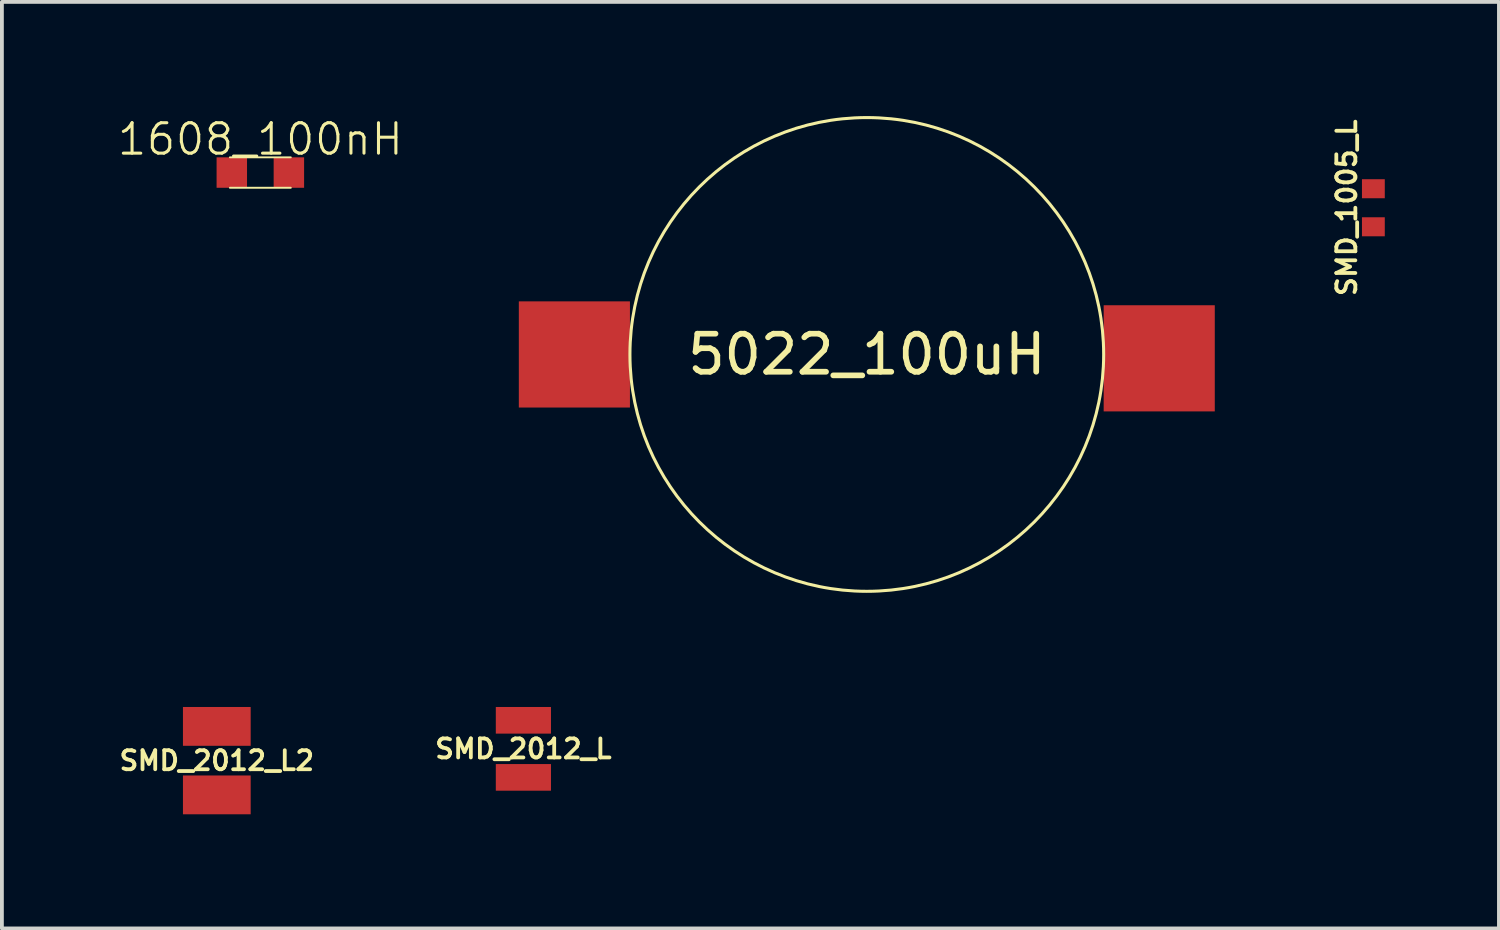
<source format=kicad_pcb>
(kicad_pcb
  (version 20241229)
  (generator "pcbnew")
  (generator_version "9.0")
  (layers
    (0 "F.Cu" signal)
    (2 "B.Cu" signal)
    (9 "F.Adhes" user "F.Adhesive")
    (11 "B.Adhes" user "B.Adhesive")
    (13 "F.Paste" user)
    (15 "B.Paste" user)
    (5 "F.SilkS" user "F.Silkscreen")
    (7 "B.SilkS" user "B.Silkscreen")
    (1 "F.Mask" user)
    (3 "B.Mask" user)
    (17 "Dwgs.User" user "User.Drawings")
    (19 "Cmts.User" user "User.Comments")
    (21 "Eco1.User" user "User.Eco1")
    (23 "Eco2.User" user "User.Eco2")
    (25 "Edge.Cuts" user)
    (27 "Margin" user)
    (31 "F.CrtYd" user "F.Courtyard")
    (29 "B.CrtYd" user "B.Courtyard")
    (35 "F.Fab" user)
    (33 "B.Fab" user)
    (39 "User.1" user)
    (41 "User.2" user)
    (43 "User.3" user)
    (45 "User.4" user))
  (footprint "SMD_2012_L2"
    (layer "F.Cu")
    (at 2.648 16.94)
    (property "Reference" "SMD_2012_L2" (at 0 0 0) (layer "F.SilkS") (effects (font (size 0.5 0.5) (thickness 0.1))))
    (attr through_hole)
    (pad "1" smd rect (at 0 -0.9) (size 1.78 1.02) (layers "F.Cu" "F.Mask" "F.Paste"))
    (pad "2" smd rect (at 0 0.9) (size 1.78 1.02) (layers "F.Cu" "F.Mask" "F.Paste")))
  (footprint "SMD_2012_L"
    (layer "F.Cu")
    (at 10.705 16.63)
    (property "Reference" "SMD_2012_L" (at 0 0 0) (layer "F.SilkS") (effects (font (size 0.5 0.5) (thickness 0.1))))
    (attr through_hole)
    (pad "1" smd rect (at 0 -0.75) (size 1.45 0.7) (layers "F.Cu" "F.Mask" "F.Paste"))
    (pad "2" smd rect (at 0 0.75) (size 1.45 0.7) (layers "F.Cu" "F.Mask" "F.Paste")))
  (footprint "5022_100uH"
    (layer "F.Cu")
    (at 19.73 6.265)
    (property "Reference" "5022_100uH" (at 0 0 0) (layer "F.SilkS") (effects (font (size 1 1) (thickness 0.15))))
    (attr through_hole)
    (fp_circle (center 0 0) (end 6.225 0) (stroke (width 0.08) (type solid)) (fill no) (layer "F.SilkS"))
    (pad "1" smd rect (at -7.685 0) (size 2.92 2.79) (layers "F.Cu" "F.Mask" "F.Paste"))
    (pad "2" smd rect (at 7.685 0.102) (size 2.92 2.79) (layers "F.Cu" "F.Mask" "F.Paste")))
  (footprint "SMD_1005_L"
    (layer "F.Cu")
    (at 33.043 2.41)
    (property "Reference" "SMD_1005_L" (at -0.7 0 90) (layer "F.SilkS") (effects (font (size 0.5 0.5) (thickness 0.1))))
    (attr through_hole)
    (pad "1" smd rect (at 0 -0.5) (size 0.6 0.5) (layers "F.Cu" "F.Mask" "F.Paste"))
    (pad "2" smd rect (at 0 0.5) (size 0.6 0.5) (layers "F.Cu" "F.Mask" "F.Paste")))
  (footprint "1608_100nH"
    (layer "F.Cu")
    (at 3.792 1.485)
    (property "Reference" "1608_100nH" (at 0 -0.876 0) (layer "F.SilkS") (effects (font (size 0.8 0.8) (thickness 0.08))))
    (attr through_hole)
    (fp_line (start -0.8 -0.4) (end 0.8 -0.4) (stroke (width 0.05) (type solid)) (layer "F.SilkS"))
    (fp_line (start -0.8 0.4) (end 0.8 0.4) (stroke (width 0.05) (type solid)) (layer "F.SilkS"))
    (pad "1" smd rect (at -0.75 0) (size 0.8 0.8) (layers "F.Cu" "F.Mask" "F.Paste"))
    (pad "2" smd rect (at 0.75 0) (size 0.8 0.8) (layers "F.Cu" "F.Mask" "F.Paste")))
  (gr_rect
    (start -3 -3)
    (end 36.343 21.35)
    (stroke (width 0.1) (type default))
    (fill no)
    (layer "Edge.Cuts")))
</source>
